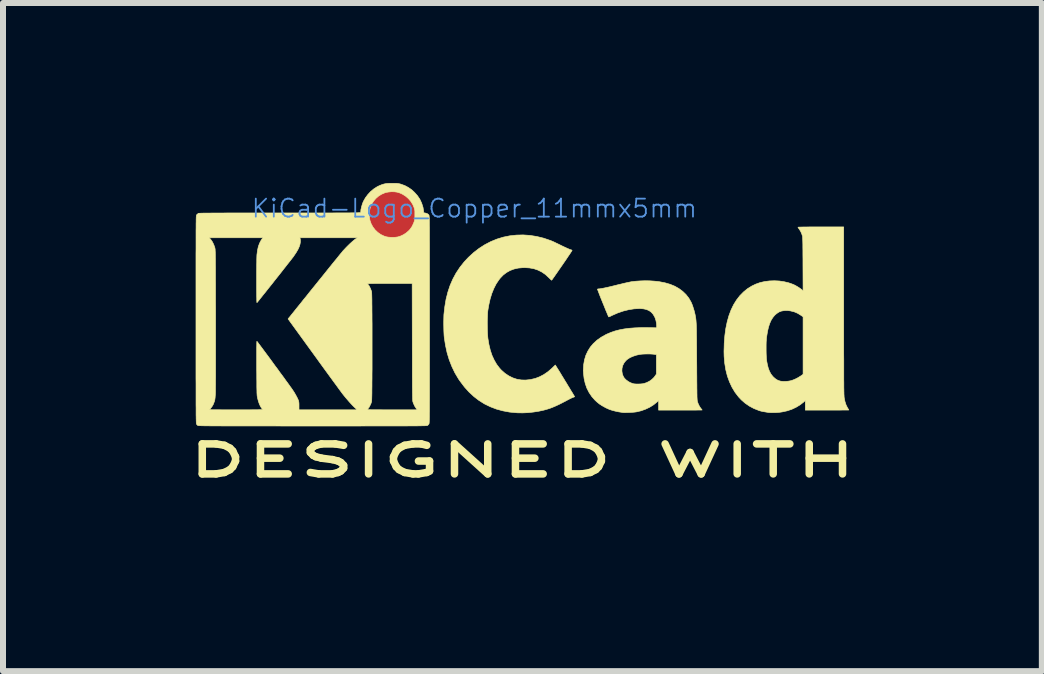
<source format=kicad_pcb>
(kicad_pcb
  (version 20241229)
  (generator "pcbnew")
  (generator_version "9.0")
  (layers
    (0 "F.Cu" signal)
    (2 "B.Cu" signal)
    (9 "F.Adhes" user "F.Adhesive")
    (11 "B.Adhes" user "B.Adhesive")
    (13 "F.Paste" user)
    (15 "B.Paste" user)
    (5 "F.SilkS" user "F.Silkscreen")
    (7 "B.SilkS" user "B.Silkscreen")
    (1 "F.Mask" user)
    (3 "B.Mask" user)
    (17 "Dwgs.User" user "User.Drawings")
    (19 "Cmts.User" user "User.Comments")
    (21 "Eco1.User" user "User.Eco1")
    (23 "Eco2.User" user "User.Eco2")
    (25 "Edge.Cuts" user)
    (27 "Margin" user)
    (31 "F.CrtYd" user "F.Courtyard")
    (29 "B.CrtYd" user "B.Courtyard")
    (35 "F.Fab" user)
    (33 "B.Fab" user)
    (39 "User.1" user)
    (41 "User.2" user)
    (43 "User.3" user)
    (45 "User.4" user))
  (footprint "KiCad-Logo_Copper_11mmx5mm"
    (layer "F.Cu")
    (at 5.656 2.023)
    (property "Reference" "KiCad-Logo_Copper_11mmx5mm" (at -0.8 -1.6 0) (layer "Cmts.User") (effects (font (size 0.3 0.3) (thickness 0.03))))
    (attr through_hole)
    (fp_poly (pts (xy 0.125 -1.15) (xy 0.239 -1.132) (xy 0.353 -1.104) (xy 0.467 -1.065) (xy 0.471 -1.064) (xy 0.492 -1.055) (xy 0.52 -1.043) (xy 0.553 -1.027) (xy 0.589 -1.01) (xy 0.626 -0.992) (xy 0.648 -0.981) (xy 0.683 -0.964) (xy 0.716 -0.949) (xy 0.746 -0.935) (xy 0.772 -0.924) (xy 0.79 -0.916) (xy 0.799 -0.913) (xy 0.817 -0.908) (xy 0.826 -0.902) (xy 0.828 -0.899) (xy 0.825 -0.893) (xy 0.816 -0.88) (xy 0.803 -0.86) (xy 0.786 -0.834) (xy 0.765 -0.804) (xy 0.742 -0.769) (xy 0.717 -0.732) (xy 0.69 -0.693) (xy 0.662 -0.652) (xy 0.634 -0.612) (xy 0.607 -0.573) (xy 0.581 -0.535) (xy 0.557 -0.501) (xy 0.536 -0.47) (xy 0.517 -0.444) (xy 0.503 -0.423) (xy 0.493 -0.41) (xy 0.488 -0.404) (xy 0.487 -0.403) (xy 0.482 -0.406) (xy 0.471 -0.416) (xy 0.457 -0.43) (xy 0.439 -0.447) (xy 0.439 -0.447) (xy 0.383 -0.499) (xy 0.323 -0.54) (xy 0.259 -0.572) (xy 0.191 -0.595) (xy 0.118 -0.608) (xy 0.04 -0.613) (xy 0.005 -0.612) (xy -0.071 -0.605) (xy -0.141 -0.589) (xy -0.205 -0.565) (xy -0.264 -0.532) (xy -0.319 -0.49) (xy -0.368 -0.439) (xy -0.394 -0.406) (xy -0.438 -0.34) (xy -0.476 -0.265) (xy -0.51 -0.181) (xy -0.538 -0.089) (xy -0.56 0.01) (xy -0.575 0.098) (xy -0.579 0.131) (xy -0.581 0.174) (xy -0.583 0.222) (xy -0.585 0.275) (xy -0.585 0.33) (xy -0.584 0.385) (xy -0.583 0.438) (xy -0.581 0.487) (xy -0.578 0.53) (xy -0.575 0.564) (xy -0.558 0.667) (xy -0.535 0.763) (xy -0.506 0.85) (xy -0.47 0.928) (xy -0.429 0.999) (xy -0.381 1.062) (xy -0.35 1.096) (xy -0.29 1.149) (xy -0.227 1.191) (xy -0.161 1.224) (xy -0.092 1.247) (xy -0.02 1.259) (xy 0.054 1.261) (xy 0.131 1.253) (xy 0.21 1.235) (xy 0.212 1.235) (xy 0.285 1.207) (xy 0.356 1.17) (xy 0.426 1.122) (xy 0.493 1.064) (xy 0.494 1.063) (xy 0.549 1.01) (xy 0.573 1.049) (xy 0.591 1.078) (xy 0.612 1.111) (xy 0.635 1.149) (xy 0.659 1.189) (xy 0.685 1.231) (xy 0.711 1.274) (xy 0.737 1.316) (xy 0.762 1.358) (xy 0.786 1.397) (xy 0.808 1.434) (xy 0.828 1.466) (xy 0.844 1.493) (xy 0.857 1.515) (xy 0.866 1.529) (xy 0.869 1.536) (xy 0.87 1.536) (xy 0.866 1.541) (xy 0.854 1.546) (xy 0.847 1.548) (xy 0.834 1.553) (xy 0.815 1.562) (xy 0.79 1.574) (xy 0.762 1.589) (xy 0.738 1.601) (xy 0.672 1.636) (xy 0.613 1.666) (xy 0.559 1.691) (xy 0.51 1.712) (xy 0.464 1.73) (xy 0.418 1.745) (xy 0.372 1.758) (xy 0.358 1.762) (xy 0.275 1.78) (xy 0.186 1.794) (xy 0.095 1.804) (xy 0.006 1.808) (xy -0.078 1.807) (xy -0.093 1.806) (xy -0.212 1.795) (xy -0.325 1.774) (xy -0.432 1.745) (xy -0.534 1.706) (xy -0.631 1.659) (xy -0.722 1.602) (xy -0.808 1.536) (xy -0.889 1.461) (xy -0.965 1.377) (xy -1.036 1.283) (xy -1.064 1.243) (xy -1.124 1.142) (xy -1.175 1.036) (xy -1.219 0.924) (xy -1.255 0.805) (xy -1.282 0.68) (xy -1.302 0.55) (xy -1.305 0.519) (xy -1.307 0.48) (xy -1.309 0.435) (xy -1.31 0.386) (xy -1.311 0.336) (xy -1.311 0.286) (xy -1.31 0.24) (xy -1.309 0.199) (xy -1.308 0.169) (xy -1.293 0.038) (xy -1.272 -0.087) (xy -1.242 -0.205) (xy -1.205 -0.316) (xy -1.159 -0.422) (xy -1.105 -0.522) (xy -1.042 -0.617) (xy -0.971 -0.707) (xy -0.9 -0.783) (xy -0.813 -0.863) (xy -0.721 -0.934) (xy -0.626 -0.995) (xy -0.526 -1.047) (xy -0.423 -1.089) (xy -0.318 -1.121) (xy -0.21 -1.143) (xy -0.1 -1.155) (xy 0.012 -1.158) (xy 0.125 -1.15)) (stroke (width 0.01) (type solid)) (fill yes) (layer "F.SilkS"))
    (fp_poly (pts (xy 5.355 0.104) (xy 5.355 0.249) (xy 5.355 0.384) (xy 5.355 0.509) (xy 5.355 0.625) (xy 5.355 0.732) (xy 5.355 0.83) (xy 5.356 0.919) (xy 5.356 1.001) (xy 5.356 1.076) (xy 5.356 1.143) (xy 5.356 1.203) (xy 5.356 1.257) (xy 5.357 1.306) (xy 5.357 1.348) (xy 5.357 1.385) (xy 5.358 1.418) (xy 5.358 1.446) (xy 5.359 1.47) (xy 5.359 1.49) (xy 5.36 1.507) (xy 5.361 1.522) (xy 5.361 1.533) (xy 5.362 1.543) (xy 5.363 1.55) (xy 5.363 1.555) (xy 5.376 1.619) (xy 5.394 1.674) (xy 5.417 1.721) (xy 5.419 1.724) (xy 5.429 1.74) (xy 5.436 1.753) (xy 5.44 1.76) (xy 5.44 1.76) (xy 5.435 1.76) (xy 5.42 1.761) (xy 5.396 1.761) (xy 5.364 1.761) (xy 5.325 1.761) (xy 5.28 1.762) (xy 5.229 1.762) (xy 5.174 1.762) (xy 5.115 1.762) (xy 5.077 1.762) (xy 4.715 1.762) (xy 4.715 1.602) (xy 4.687 1.628) (xy 4.628 1.674) (xy 4.562 1.714) (xy 4.49 1.748) (xy 4.412 1.774) (xy 4.329 1.792) (xy 4.28 1.799) (xy 4.254 1.801) (xy 4.223 1.803) (xy 4.19 1.803) (xy 4.158 1.804) (xy 4.13 1.803) (xy 4.108 1.802) (xy 4.101 1.801) (xy 4.058 1.794) (xy 4.023 1.788) (xy 3.995 1.783) (xy 3.971 1.777) (xy 3.949 1.771) (xy 3.936 1.766) (xy 3.858 1.735) (xy 3.783 1.695) (xy 3.712 1.646) (xy 3.648 1.59) (xy 3.604 1.543) (xy 3.544 1.465) (xy 3.493 1.38) (xy 3.451 1.29) (xy 3.416 1.194) (xy 3.39 1.091) (xy 3.372 0.981) (xy 3.362 0.865) (xy 3.36 0.781) (xy 3.362 0.726) (xy 4.062 0.726) (xy 4.062 0.775) (xy 4.063 0.823) (xy 4.065 0.868) (xy 4.067 0.907) (xy 4.071 0.937) (xy 4.071 0.941) (xy 4.084 1.008) (xy 4.099 1.066) (xy 4.119 1.117) (xy 4.142 1.16) (xy 4.17 1.196) (xy 4.183 1.21) (xy 4.211 1.235) (xy 4.237 1.254) (xy 4.266 1.268) (xy 4.297 1.278) (xy 4.323 1.282) (xy 4.355 1.284) (xy 4.392 1.283) (xy 4.429 1.28) (xy 4.464 1.274) (xy 4.481 1.27) (xy 4.518 1.257) (xy 4.559 1.239) (xy 4.599 1.218) (xy 4.635 1.195) (xy 4.645 1.189) (xy 4.678 1.164) (xy 4.678 0.207) (xy 4.644 0.183) (xy 4.587 0.148) (xy 4.528 0.123) (xy 4.466 0.108) (xy 4.419 0.102) (xy 4.365 0.103) (xy 4.318 0.111) (xy 4.276 0.127) (xy 4.237 0.153) (xy 4.204 0.182) (xy 4.173 0.22) (xy 4.145 0.265) (xy 4.122 0.317) (xy 4.102 0.378) (xy 4.086 0.447) (xy 4.073 0.525) (xy 4.068 0.558) (xy 4.066 0.591) (xy 4.063 0.631) (xy 4.062 0.677) (xy 4.062 0.726) (xy 3.362 0.726) (xy 3.364 0.647) (xy 3.374 0.52) (xy 3.39 0.402) (xy 3.413 0.291) (xy 3.442 0.188) (xy 3.478 0.092) (xy 3.52 0.005) (xy 3.569 -0.074) (xy 3.624 -0.145) (xy 3.685 -0.207) (xy 3.752 -0.262) (xy 3.825 -0.307) (xy 3.892 -0.339) (xy 3.963 -0.364) (xy 4.039 -0.381) (xy 4.118 -0.391) (xy 4.2 -0.394) (xy 4.281 -0.39) (xy 4.361 -0.378) (xy 4.437 -0.36) (xy 4.508 -0.335) (xy 4.541 -0.32) (xy 4.58 -0.298) (xy 4.618 -0.274) (xy 4.651 -0.25) (xy 4.66 -0.242) (xy 4.678 -0.226) (xy 4.676 -0.67) (xy 4.676 -0.754) (xy 4.675 -0.829) (xy 4.675 -0.894) (xy 4.674 -0.95) (xy 4.674 -0.997) (xy 4.673 -1.037) (xy 4.672 -1.07) (xy 4.671 -1.096) (xy 4.67 -1.115) (xy 4.669 -1.13) (xy 4.668 -1.139) (xy 4.667 -1.14) (xy 4.655 -1.177) (xy 4.638 -1.215) (xy 4.618 -1.248) (xy 4.613 -1.255) (xy 4.602 -1.27) (xy 4.595 -1.281) (xy 4.593 -1.286) (xy 4.598 -1.287) (xy 4.614 -1.288) (xy 4.64 -1.289) (xy 4.676 -1.29) (xy 4.722 -1.29) (xy 4.778 -1.291) (xy 4.843 -1.291) (xy 4.918 -1.291) (xy 4.974 -1.291) (xy 5.355 -1.291) (xy 5.355 0.104)) (stroke (width 0.01) (type solid)) (fill yes) (layer "F.SilkS"))
    (fp_poly (pts (xy 2.118 -0.393) (xy 2.194 -0.388) (xy 2.265 -0.381) (xy 2.283 -0.378) (xy 2.376 -0.36) (xy 2.462 -0.335) (xy 2.54 -0.303) (xy 2.61 -0.263) (xy 2.672 -0.217) (xy 2.726 -0.165) (xy 2.773 -0.105) (xy 2.811 -0.039) (xy 2.824 -0.01) (xy 2.837 0.024) (xy 2.85 0.065) (xy 2.863 0.107) (xy 2.873 0.148) (xy 2.879 0.173) (xy 2.882 0.191) (xy 2.885 0.207) (xy 2.888 0.223) (xy 2.89 0.238) (xy 2.892 0.255) (xy 2.894 0.272) (xy 2.895 0.291) (xy 2.897 0.313) (xy 2.898 0.338) (xy 2.899 0.367) (xy 2.9 0.4) (xy 2.901 0.439) (xy 2.901 0.483) (xy 2.902 0.534) (xy 2.903 0.591) (xy 2.903 0.656) (xy 2.904 0.73) (xy 2.904 0.813) (xy 2.905 0.905) (xy 2.905 0.953) (xy 2.906 1.049) (xy 2.906 1.135) (xy 2.907 1.213) (xy 2.907 1.281) (xy 2.908 1.341) (xy 2.908 1.393) (xy 2.909 1.438) (xy 2.909 1.476) (xy 2.91 1.509) (xy 2.91 1.536) (xy 2.911 1.558) (xy 2.912 1.575) (xy 2.913 1.59) (xy 2.914 1.6) (xy 2.915 1.609) (xy 2.916 1.615) (xy 2.917 1.619) (xy 2.929 1.653) (xy 2.945 1.687) (xy 2.963 1.717) (xy 2.977 1.736) (xy 2.987 1.748) (xy 2.994 1.757) (xy 2.995 1.76) (xy 2.99 1.76) (xy 2.975 1.761) (xy 2.951 1.761) (xy 2.92 1.761) (xy 2.881 1.762) (xy 2.835 1.762) (xy 2.785 1.762) (xy 2.729 1.762) (xy 2.67 1.762) (xy 2.633 1.762) (xy 2.27 1.762) (xy 2.27 1.602) (xy 2.241 1.629) (xy 2.185 1.674) (xy 2.121 1.714) (xy 2.051 1.747) (xy 1.978 1.773) (xy 1.903 1.791) (xy 1.901 1.791) (xy 1.881 1.794) (xy 1.853 1.797) (xy 1.821 1.799) (xy 1.786 1.801) (xy 1.752 1.802) (xy 1.72 1.803) (xy 1.694 1.803) (xy 1.674 1.802) (xy 1.67 1.801) (xy 1.605 1.791) (xy 1.548 1.779) (xy 1.498 1.766) (xy 1.452 1.751) (xy 1.409 1.732) (xy 1.386 1.721) (xy 1.332 1.691) (xy 1.284 1.66) (xy 1.241 1.625) (xy 1.209 1.595) (xy 1.156 1.535) (xy 1.111 1.468) (xy 1.074 1.395) (xy 1.047 1.317) (xy 1.028 1.233) (xy 1.018 1.145) (xy 1.017 1.108) (xy 1.658 1.108) (xy 1.665 1.155) (xy 1.679 1.195) (xy 1.698 1.227) (xy 1.726 1.256) (xy 1.761 1.283) (xy 1.799 1.304) (xy 1.839 1.319) (xy 1.844 1.321) (xy 1.868 1.325) (xy 1.899 1.327) (xy 1.934 1.327) (xy 1.968 1.326) (xy 2 1.323) (xy 2.019 1.32) (xy 2.067 1.305) (xy 2.114 1.282) (xy 2.158 1.251) (xy 2.195 1.215) (xy 2.217 1.185) (xy 2.233 1.161) (xy 2.233 0.837) (xy 2.193 0.831) (xy 2.161 0.828) (xy 2.122 0.826) (xy 2.079 0.826) (xy 2.035 0.827) (xy 1.996 0.829) (xy 1.962 0.833) (xy 1.96 0.833) (xy 1.9 0.846) (xy 1.843 0.865) (xy 1.793 0.887) (xy 1.751 0.914) (xy 1.725 0.937) (xy 1.695 0.974) (xy 1.673 1.017) (xy 1.661 1.062) (xy 1.658 1.108) (xy 1.017 1.108) (xy 1.016 1.09) (xy 1.021 1.005) (xy 1.035 0.924) (xy 1.058 0.848) (xy 1.091 0.778) (xy 1.132 0.712) (xy 1.183 0.652) (xy 1.243 0.597) (xy 1.312 0.548) (xy 1.39 0.504) (xy 1.409 0.495) (xy 1.475 0.467) (xy 1.544 0.443) (xy 1.618 0.424) (xy 1.697 0.409) (xy 1.782 0.398) (xy 1.875 0.391) (xy 1.976 0.387) (xy 2.086 0.387) (xy 2.086 0.387) (xy 2.238 0.39) (xy 2.238 0.359) (xy 2.235 0.316) (xy 2.226 0.27) (xy 2.212 0.226) (xy 2.204 0.208) (xy 2.179 0.165) (xy 2.149 0.131) (xy 2.112 0.104) (xy 2.068 0.085) (xy 2.018 0.074) (xy 1.959 0.069) (xy 1.95 0.069) (xy 1.862 0.074) (xy 1.772 0.088) (xy 1.68 0.111) (xy 1.587 0.143) (xy 1.494 0.184) (xy 1.486 0.188) (xy 1.466 0.198) (xy 1.45 0.205) (xy 1.44 0.208) (xy 1.438 0.208) (xy 1.433 0.199) (xy 1.426 0.182) (xy 1.416 0.159) (xy 1.404 0.129) (xy 1.389 0.095) (xy 1.374 0.057) (xy 1.358 0.017) (xy 1.341 -0.024) (xy 1.324 -0.066) (xy 1.308 -0.105) (xy 1.293 -0.143) (xy 1.28 -0.177) (xy 1.269 -0.206) (xy 1.26 -0.229) (xy 1.254 -0.245) (xy 1.251 -0.253) (xy 1.251 -0.254) (xy 1.258 -0.257) (xy 1.272 -0.259) (xy 1.276 -0.259) (xy 1.292 -0.26) (xy 1.314 -0.264) (xy 1.344 -0.269) (xy 1.382 -0.277) (xy 1.429 -0.287) (xy 1.484 -0.3) (xy 1.549 -0.316) (xy 1.596 -0.328) (xy 1.64 -0.338) (xy 1.683 -0.349) (xy 1.723 -0.358) (xy 1.759 -0.366) (xy 1.789 -0.372) (xy 1.811 -0.377) (xy 1.818 -0.378) (xy 1.886 -0.386) (xy 1.96 -0.391) (xy 2.039 -0.394) (xy 2.118 -0.393)) (stroke (width 0.01) (type solid)) (fill yes) (layer "F.SilkS"))
    (fp_poly (pts (xy -2.132 -2.018) (xy -2.105 -2.018) (xy -2.084 -2.016) (xy -2.067 -2.014) (xy -2.052 -2.011) (xy -2.036 -2.007) (xy -2.025 -2.004) (xy -1.959 -1.98) (xy -1.901 -1.949) (xy -1.846 -1.911) (xy -1.799 -1.868) (xy -1.749 -1.812) (xy -1.708 -1.751) (xy -1.678 -1.686) (xy -1.656 -1.617) (xy -1.647 -1.559) (xy -1.643 -1.527) (xy -1.619 -1.523) (xy -1.589 -1.515) (xy -1.567 -1.5) (xy -1.557 -1.488) (xy -1.557 -1.486) (xy -1.556 -1.484) (xy -1.555 -1.481) (xy -1.554 -1.476) (xy -1.554 -1.47) (xy -1.553 -1.461) (xy -1.552 -1.45) (xy -1.552 -1.437) (xy -1.551 -1.42) (xy -1.551 -1.4) (xy -1.55 -1.376) (xy -1.55 -1.348) (xy -1.55 -1.316) (xy -1.549 -1.279) (xy -1.549 -1.237) (xy -1.549 -1.189) (xy -1.549 -1.135) (xy -1.549 -1.076) (xy -1.548 -1.01) (xy -1.548 -0.937) (xy -1.548 -0.857) (xy -1.548 -0.769) (xy -1.548 -0.674) (xy -1.548 -0.57) (xy -1.548 -0.458) (xy -1.548 -0.337) (xy -1.548 -0.206) (xy -1.548 -0.067) (xy -1.548 0.083) (xy -1.548 0.243) (xy -1.548 0.251) (xy -1.548 0.412) (xy -1.548 0.562) (xy -1.548 0.702) (xy -1.548 0.833) (xy -1.548 0.954) (xy -1.548 1.067) (xy -1.548 1.171) (xy -1.548 1.266) (xy -1.548 1.354) (xy -1.548 1.435) (xy -1.548 1.508) (xy -1.548 1.574) (xy -1.549 1.634) (xy -1.549 1.688) (xy -1.549 1.736) (xy -1.549 1.779) (xy -1.55 1.816) (xy -1.55 1.849) (xy -1.55 1.877) (xy -1.551 1.901) (xy -1.551 1.922) (xy -1.552 1.939) (xy -1.552 1.952) (xy -1.553 1.964) (xy -1.553 1.972) (xy -1.554 1.979) (xy -1.555 1.984) (xy -1.556 1.988) (xy -1.556 1.99) (xy -1.557 1.992) (xy -1.558 1.993) (xy -1.569 2.007) (xy -1.582 2.018) (xy -1.582 2.018) (xy -1.584 2.019) (xy -1.587 2.02) (xy -1.592 2.02) (xy -1.599 2.021) (xy -1.607 2.021) (xy -1.619 2.022) (xy -1.633 2.023) (xy -1.65 2.023) (xy -1.671 2.023) (xy -1.695 2.024) (xy -1.724 2.024) (xy -1.757 2.025) (xy -1.795 2.025) (xy -1.838 2.025) (xy -1.886 2.025) (xy -1.94 2.026) (xy -2.001 2.026) (xy -2.067 2.026) (xy -2.14 2.026) (xy -2.221 2.026) (xy -2.308 2.026) (xy -2.404 2.026) (xy -2.507 2.026) (xy -2.619 2.026) (xy -2.739 2.027) (xy -2.868 2.027) (xy -3.006 2.027) (xy -3.154 2.027) (xy -3.312 2.027) (xy -3.48 2.027) (xy -3.496 2.027) (xy -3.665 2.027) (xy -3.824 2.027) (xy -3.973 2.027) (xy -4.112 2.026) (xy -4.242 2.026) (xy -4.363 2.026) (xy -4.475 2.026) (xy -4.58 2.026) (xy -4.676 2.026) (xy -4.764 2.026) (xy -4.845 2.026) (xy -4.919 2.026) (xy -4.986 2.026) (xy -5.047 2.025) (xy -5.101 2.025) (xy -5.15 2.025) (xy -5.194 2.025) (xy -5.232 2.024) (xy -5.265 2.024) (xy -5.294 2.024) (xy -5.319 2.023) (xy -5.34 2.023) (xy -5.358 2.022) (xy -5.372 2.022) (xy -5.384 2.021) (xy -5.392 2.021) (xy -5.399 2.02) (xy -5.404 2.019) (xy -5.407 2.019) (xy -5.409 2.018) (xy -5.409 2.018) (xy -5.422 2.007) (xy -5.431 1.995) (xy -5.432 1.993) (xy -5.433 1.989) (xy -5.433 1.985) (xy -5.434 1.978) (xy -5.435 1.969) (xy -5.435 1.957) (xy -5.436 1.942) (xy -5.436 1.924) (xy -5.437 1.902) (xy -5.437 1.876) (xy -5.438 1.846) (xy -5.438 1.811) (xy -5.438 1.772) (xy -5.438 1.727) (xy -5.439 1.676) (xy -5.439 1.619) (xy -5.439 1.556) (xy -5.439 1.486) (xy -5.439 1.409) (xy -5.439 1.325) (xy -5.44 1.233) (xy -5.44 1.133) (xy -5.44 1.025) (xy -5.44 0.908) (xy -5.44 0.782) (xy -5.44 0.646) (xy -5.44 0.501) (xy -5.44 0.346) (xy -5.44 0.091) (xy -5.44 -0.059) (xy -5.44 -0.2) (xy -5.44 -0.33) (xy -5.44 -0.452) (xy -5.44 -0.564) (xy -5.44 -0.669) (xy -5.44 -0.764) (xy -5.44 -0.853) (xy -5.439 -0.933) (xy -5.439 -1.006) (xy -5.439 -1.073) (xy -5.439 -1.111) (xy -5.218 -1.111) (xy -5.193 -1.081) (xy -5.166 -1.042) (xy -5.144 -0.997) (xy -5.127 -0.951) (xy -5.124 -0.939) (xy -5.123 -0.934) (xy -5.122 -0.928) (xy -5.121 -0.921) (xy -5.12 -0.912) (xy -5.12 -0.9) (xy -5.119 -0.885) (xy -5.118 -0.867) (xy -5.118 -0.846) (xy -5.117 -0.82) (xy -5.117 -0.79) (xy -5.116 -0.755) (xy -5.116 -0.715) (xy -5.116 -0.668) (xy -5.115 -0.616) (xy -5.115 -0.557) (xy -5.115 -0.491) (xy -5.115 -0.417) (xy -5.114 -0.336) (xy -5.114 -0.246) (xy -5.114 -0.147) (xy -5.114 -0.04) (xy -5.113 0.078) (xy -5.113 0.205) (xy -5.113 0.246) (xy -5.113 0.378) (xy -5.113 0.504) (xy -5.113 0.624) (xy -5.113 0.738) (xy -5.113 0.845) (xy -5.113 0.946) (xy -5.113 1.039) (xy -5.113 1.125) (xy -5.113 1.202) (xy -5.114 1.271) (xy -5.114 1.332) (xy -5.115 1.384) (xy -5.115 1.426) (xy -5.115 1.458) (xy -5.116 1.481) (xy -5.116 1.49) (xy -5.119 1.527) (xy -5.121 1.556) (xy -5.124 1.578) (xy -5.127 1.597) (xy -5.131 1.613) (xy -5.135 1.623) (xy -5.152 1.667) (xy -5.174 1.705) (xy -5.194 1.73) (xy -5.204 1.743) (xy -5.211 1.752) (xy -5.212 1.755) (xy -5.207 1.755) (xy -5.192 1.755) (xy -5.168 1.756) (xy -5.136 1.756) (xy -5.096 1.756) (xy -5.05 1.756) (xy -4.997 1.757) (xy -4.94 1.757) (xy -4.878 1.757) (xy -4.812 1.757) (xy -4.77 1.757) (xy -4.689 1.757) (xy -4.618 1.757) (xy -4.556 1.757) (xy -4.503 1.756) (xy -4.458 1.756) (xy -4.421 1.756) (xy -4.392 1.755) (xy -4.369 1.754) (xy -4.352 1.754) (xy -4.34 1.753) (xy -4.334 1.752) (xy -4.332 1.75) (xy -4.332 1.75) (xy -4.337 1.742) (xy -4.346 1.729) (xy -4.353 1.72) (xy -4.369 1.692) (xy -4.385 1.657) (xy -4.399 1.616) (xy -4.411 1.572) (xy -4.414 1.558) (xy -4.416 1.549) (xy -4.418 1.539) (xy -4.42 1.529) (xy -4.421 1.518) (xy -4.422 1.504) (xy -4.423 1.488) (xy -4.424 1.468) (xy -4.424 1.443) (xy -4.425 1.414) (xy -4.426 1.379) (xy -4.426 1.337) (xy -4.426 1.288) (xy -4.427 1.231) (xy -4.427 1.164) (xy -4.428 1.089) (xy -4.428 1.059) (xy -4.428 0.974) (xy -4.428 0.897) (xy -4.428 0.829) (xy -4.428 0.77) (xy -4.428 0.72) (xy -4.427 0.679) (xy -4.427 0.648) (xy -4.426 0.627) (xy -4.425 0.616) (xy -4.425 0.615) (xy -4.421 0.619) (xy -4.411 0.631) (xy -4.397 0.651) (xy -4.377 0.677) (xy -4.354 0.708) (xy -4.327 0.744) (xy -4.297 0.785) (xy -4.264 0.829) (xy -4.229 0.876) (xy -4.193 0.925) (xy -4.156 0.976) (xy -4.119 1.027) (xy -4.081 1.077) (xy -4.045 1.128) (xy -4.009 1.176) (xy -3.975 1.222) (xy -3.944 1.266) (xy -3.915 1.305) (xy -3.889 1.341) (xy -3.868 1.371) (xy -3.85 1.395) (xy -3.838 1.413) (xy -3.834 1.418) (xy -3.803 1.465) (xy -3.776 1.512) (xy -3.753 1.555) (xy -3.736 1.592) (xy -3.735 1.595) (xy -3.729 1.611) (xy -3.726 1.626) (xy -3.724 1.644) (xy -3.723 1.667) (xy -3.723 1.692) (xy -3.723 1.757) (xy -3.237 1.757) (xy -2.751 1.757) (xy -2.755 1.754) (xy -2.582 1.754) (xy -2.577 1.754) (xy -2.562 1.755) (xy -2.538 1.755) (xy -2.506 1.756) (xy -2.467 1.756) (xy -2.421 1.756) (xy -2.369 1.756) (xy -2.312 1.757) (xy -2.251 1.757) (xy -2.186 1.757) (xy -2.167 1.757) (xy -1.752 1.757) (xy -1.771 1.732) (xy -1.795 1.695) (xy -1.815 1.651) (xy -1.825 1.623) (xy -1.826 1.619) (xy -1.827 1.613) (xy -1.828 1.605) (xy -1.828 1.595) (xy -1.829 1.582) (xy -1.83 1.566) (xy -1.83 1.546) (xy -1.831 1.522) (xy -1.831 1.493) (xy -1.832 1.459) (xy -1.832 1.419) (xy -1.833 1.373) (xy -1.833 1.321) (xy -1.833 1.262) (xy -1.834 1.195) (xy -1.834 1.12) (xy -1.834 1.037) (xy -1.834 0.945) (xy -1.834 0.844) (xy -1.835 0.734) (xy -1.835 0.623) (xy -1.837 -0.349) (xy -2.21 -0.349) (xy -2.284 -0.349) (xy -2.348 -0.349) (xy -2.403 -0.349) (xy -2.45 -0.349) (xy -2.488 -0.348) (xy -2.518 -0.348) (xy -2.542 -0.347) (xy -2.559 -0.346) (xy -2.571 -0.345) (xy -2.577 -0.344) (xy -2.579 -0.343) (xy -2.579 -0.343) (xy -2.573 -0.334) (xy -2.566 -0.325) (xy -2.556 -0.312) (xy -2.545 -0.291) (xy -2.533 -0.266) (xy -2.523 -0.241) (xy -2.515 -0.219) (xy -2.513 -0.212) (xy -2.512 -0.202) (xy -2.511 -0.183) (xy -2.51 -0.155) (xy -2.509 -0.118) (xy -2.508 -0.073) (xy -2.508 -0.021) (xy -2.507 0.038) (xy -2.507 0.102) (xy -2.506 0.172) (xy -2.506 0.246) (xy -2.505 0.323) (xy -2.505 0.404) (xy -2.505 0.487) (xy -2.505 0.572) (xy -2.505 0.658) (xy -2.505 0.745) (xy -2.505 0.831) (xy -2.505 0.916) (xy -2.505 0.999) (xy -2.505 1.08) (xy -2.506 1.158) (xy -2.506 1.232) (xy -2.507 1.302) (xy -2.507 1.366) (xy -2.508 1.425) (xy -2.508 1.478) (xy -2.509 1.523) (xy -2.51 1.56) (xy -2.511 1.589) (xy -2.512 1.609) (xy -2.513 1.619) (xy -2.513 1.619) (xy -2.523 1.651) (xy -2.538 1.683) (xy -2.554 1.714) (xy -2.567 1.731) (xy -2.576 1.743) (xy -2.582 1.752) (xy -2.582 1.754) (xy -2.755 1.754) (xy -2.788 1.725) (xy -2.806 1.708) (xy -2.829 1.685) (xy -2.856 1.656) (xy -2.886 1.623) (xy -2.917 1.587) (xy -2.948 1.551) (xy -2.977 1.515) (xy -2.993 1.495) (xy -3.001 1.485) (xy -3.014 1.467) (xy -3.033 1.441) (xy -3.057 1.409) (xy -3.085 1.37) (xy -3.118 1.325) (xy -3.155 1.275) (xy -3.195 1.22) (xy -3.238 1.161) (xy -3.284 1.098) (xy -3.332 1.032) (xy -3.382 0.963) (xy -3.433 0.892) (xy -3.468 0.844) (xy -3.905 0.242) (xy -3.888 0.22) (xy -3.882 0.213) (xy -3.87 0.199) (xy -3.853 0.177) (xy -3.83 0.149) (xy -3.802 0.114) (xy -3.77 0.074) (xy -3.733 0.028) (xy -3.693 -0.021) (xy -3.65 -0.076) (xy -3.603 -0.133) (xy -3.555 -0.194) (xy -3.504 -0.257) (xy -3.453 -0.32) (xy -3.4 -0.386) (xy -3.348 -0.45) (xy -3.298 -0.512) (xy -3.25 -0.572) (xy -3.205 -0.628) (xy -3.163 -0.68) (xy -3.124 -0.728) (xy -3.089 -0.77) (xy -3.059 -0.808) (xy -3.034 -0.839) (xy -3.013 -0.863) (xy -2.999 -0.881) (xy -2.992 -0.89) (xy -2.964 -0.92) (xy -2.934 -0.952) (xy -2.902 -0.984) (xy -2.87 -1.015) (xy -2.839 -1.043) (xy -2.812 -1.066) (xy -2.79 -1.084) (xy -2.784 -1.088) (xy -2.749 -1.111) (xy -3.709 -1.111) (xy -3.703 -1.095) (xy -3.701 -1.081) (xy -3.7 -1.062) (xy -3.7 -1.041) (xy -3.706 -1.003) (xy -3.719 -0.962) (xy -3.74 -0.916) (xy -3.769 -0.866) (xy -3.806 -0.811) (xy -3.822 -0.788) (xy -3.832 -0.776) (xy -3.846 -0.757) (xy -3.866 -0.732) (xy -3.89 -0.701) (xy -3.918 -0.666) (xy -3.949 -0.626) (xy -3.983 -0.583) (xy -4.018 -0.538) (xy -4.056 -0.49) (xy -4.094 -0.442) (xy -4.133 -0.393) (xy -4.171 -0.344) (xy -4.209 -0.297) (xy -4.246 -0.251) (xy -4.28 -0.207) (xy -4.313 -0.167) (xy -4.342 -0.13) (xy -4.368 -0.098) (xy -4.389 -0.071) (xy -4.406 -0.05) (xy -4.418 -0.036) (xy -4.423 -0.029) (xy -4.424 -0.029) (xy -4.425 -0.033) (xy -4.426 -0.048) (xy -4.427 -0.07) (xy -4.427 -0.101) (xy -4.428 -0.138) (xy -4.428 -0.18) (xy -4.429 -0.228) (xy -4.429 -0.279) (xy -4.429 -0.333) (xy -4.429 -0.389) (xy -4.429 -0.445) (xy -4.429 -0.502) (xy -4.429 -0.557) (xy -4.428 -0.61) (xy -4.428 -0.66) (xy -4.427 -0.706) (xy -4.427 -0.747) (xy -4.426 -0.782) (xy -4.425 -0.81) (xy -4.424 -0.83) (xy -4.423 -0.836) (xy -4.414 -0.904) (xy -4.4 -0.966) (xy -4.38 -1.02) (xy -4.356 -1.066) (xy -4.343 -1.086) (xy -4.323 -1.111) (xy -5.218 -1.111) (xy -5.439 -1.111) (xy -5.439 -1.133) (xy -5.439 -1.187) (xy -5.439 -1.235) (xy -5.438 -1.277) (xy -5.438 -1.315) (xy -5.438 -1.348) (xy -5.437 -1.376) (xy -5.437 -1.4) (xy -5.437 -1.42) (xy -5.436 -1.437) (xy -5.436 -1.451) (xy -5.435 -1.462) (xy -5.434 -1.471) (xy -5.434 -1.478) (xy -5.433 -1.483) (xy -5.432 -1.486) (xy -5.431 -1.489) (xy -5.43 -1.491) (xy -5.429 -1.492) (xy -5.429 -1.492) (xy -5.417 -1.505) (xy -5.416 -1.505) (xy -2.551 -1.505) (xy -2.549 -1.457) (xy -2.543 -1.413) (xy -2.54 -1.4) (xy -2.52 -1.343) (xy -2.491 -1.29) (xy -2.454 -1.242) (xy -2.41 -1.2) (xy -2.36 -1.165) (xy -2.306 -1.139) (xy -2.269 -1.127) (xy -2.236 -1.121) (xy -2.197 -1.118) (xy -2.155 -1.117) (xy -2.115 -1.119) (xy -2.079 -1.124) (xy -2.077 -1.124) (xy -2.03 -1.139) (xy -1.983 -1.161) (xy -1.938 -1.19) (xy -1.897 -1.225) (xy -1.876 -1.247) (xy -1.842 -1.294) (xy -1.816 -1.347) (xy -1.806 -1.373) (xy -1.8 -1.391) (xy -1.796 -1.407) (xy -1.794 -1.423) (xy -1.792 -1.443) (xy -1.792 -1.468) (xy -1.792 -1.495) (xy -1.792 -1.527) (xy -1.792 -1.551) (xy -1.794 -1.569) (xy -1.797 -1.585) (xy -1.801 -1.6) (xy -1.806 -1.617) (xy -1.829 -1.669) (xy -1.861 -1.719) (xy -1.9 -1.764) (xy -1.945 -1.803) (xy -1.995 -1.835) (xy -2.048 -1.859) (xy -2.09 -1.871) (xy -2.134 -1.877) (xy -2.182 -1.878) (xy -2.231 -1.873) (xy -2.276 -1.865) (xy -2.289 -1.861) (xy -2.345 -1.837) (xy -2.397 -1.805) (xy -2.443 -1.765) (xy -2.482 -1.718) (xy -2.514 -1.666) (xy -2.536 -1.609) (xy -2.54 -1.594) (xy -2.548 -1.552) (xy -2.551 -1.505) (xy -5.416 -1.505) (xy -5.402 -1.515) (xy -5.401 -1.515) (xy -5.398 -1.516) (xy -5.394 -1.517) (xy -5.389 -1.518) (xy -5.381 -1.519) (xy -5.371 -1.519) (xy -5.358 -1.52) (xy -5.342 -1.52) (xy -5.322 -1.521) (xy -5.298 -1.521) (xy -5.269 -1.522) (xy -5.236 -1.522) (xy -5.198 -1.522) (xy -5.154 -1.523) (xy -5.104 -1.523) (xy -5.048 -1.523) (xy -4.985 -1.523) (xy -4.915 -1.524) (xy -4.838 -1.524) (xy -4.753 -1.524) (xy -4.659 -1.524) (xy -4.557 -1.524) (xy -4.446 -1.524) (xy -4.325 -1.524) (xy -4.195 -1.524) (xy -4.054 -1.524) (xy -4.041 -1.524) (xy -3.9 -1.524) (xy -3.769 -1.524) (xy -3.647 -1.524) (xy -3.535 -1.524) (xy -3.432 -1.524) (xy -3.338 -1.524) (xy -3.252 -1.524) (xy -3.174 -1.524) (xy -3.104 -1.525) (xy -3.04 -1.525) (xy -2.984 -1.525) (xy -2.934 -1.525) (xy -2.89 -1.525) (xy -2.852 -1.526) (xy -2.819 -1.526) (xy -2.791 -1.527) (xy -2.767 -1.527) (xy -2.748 -1.527) (xy -2.732 -1.528) (xy -2.72 -1.529) (xy -2.711 -1.529) (xy -2.704 -1.53) (xy -2.7 -1.531) (xy -2.698 -1.532) (xy -2.697 -1.532) (xy -2.694 -1.543) (xy -2.693 -1.558) (xy -2.692 -1.577) (xy -2.686 -1.602) (xy -2.679 -1.632) (xy -2.67 -1.663) (xy -2.66 -1.692) (xy -2.65 -1.716) (xy -2.617 -1.775) (xy -2.576 -1.83) (xy -2.529 -1.881) (xy -2.476 -1.925) (xy -2.42 -1.961) (xy -2.383 -1.979) (xy -2.349 -1.993) (xy -2.319 -2.003) (xy -2.291 -2.01) (xy -2.262 -2.015) (xy -2.229 -2.017) (xy -2.189 -2.018) (xy -2.167 -2.018) (xy -2.132 -2.018)) (stroke (width 0.01) (type solid)) (fill yes) (layer "F.SilkS"))
    (fp_text user "DESIGNED WITH" (at 0 2.6 0) (layer "F.SilkS") (effects (font (size 0.5 0.97) (thickness 0.125))))
    (pad "1" smd circle (at -2.17 -1.49) (size 0.9 0.9) (layers "F.Cu" "F.Mask")))
  (gr_rect
    (start -3 -3)
    (end 14.313 8.135)
    (stroke (width 0.1) (type default))
    (fill no)
    (layer "Edge.Cuts")))
</source>
